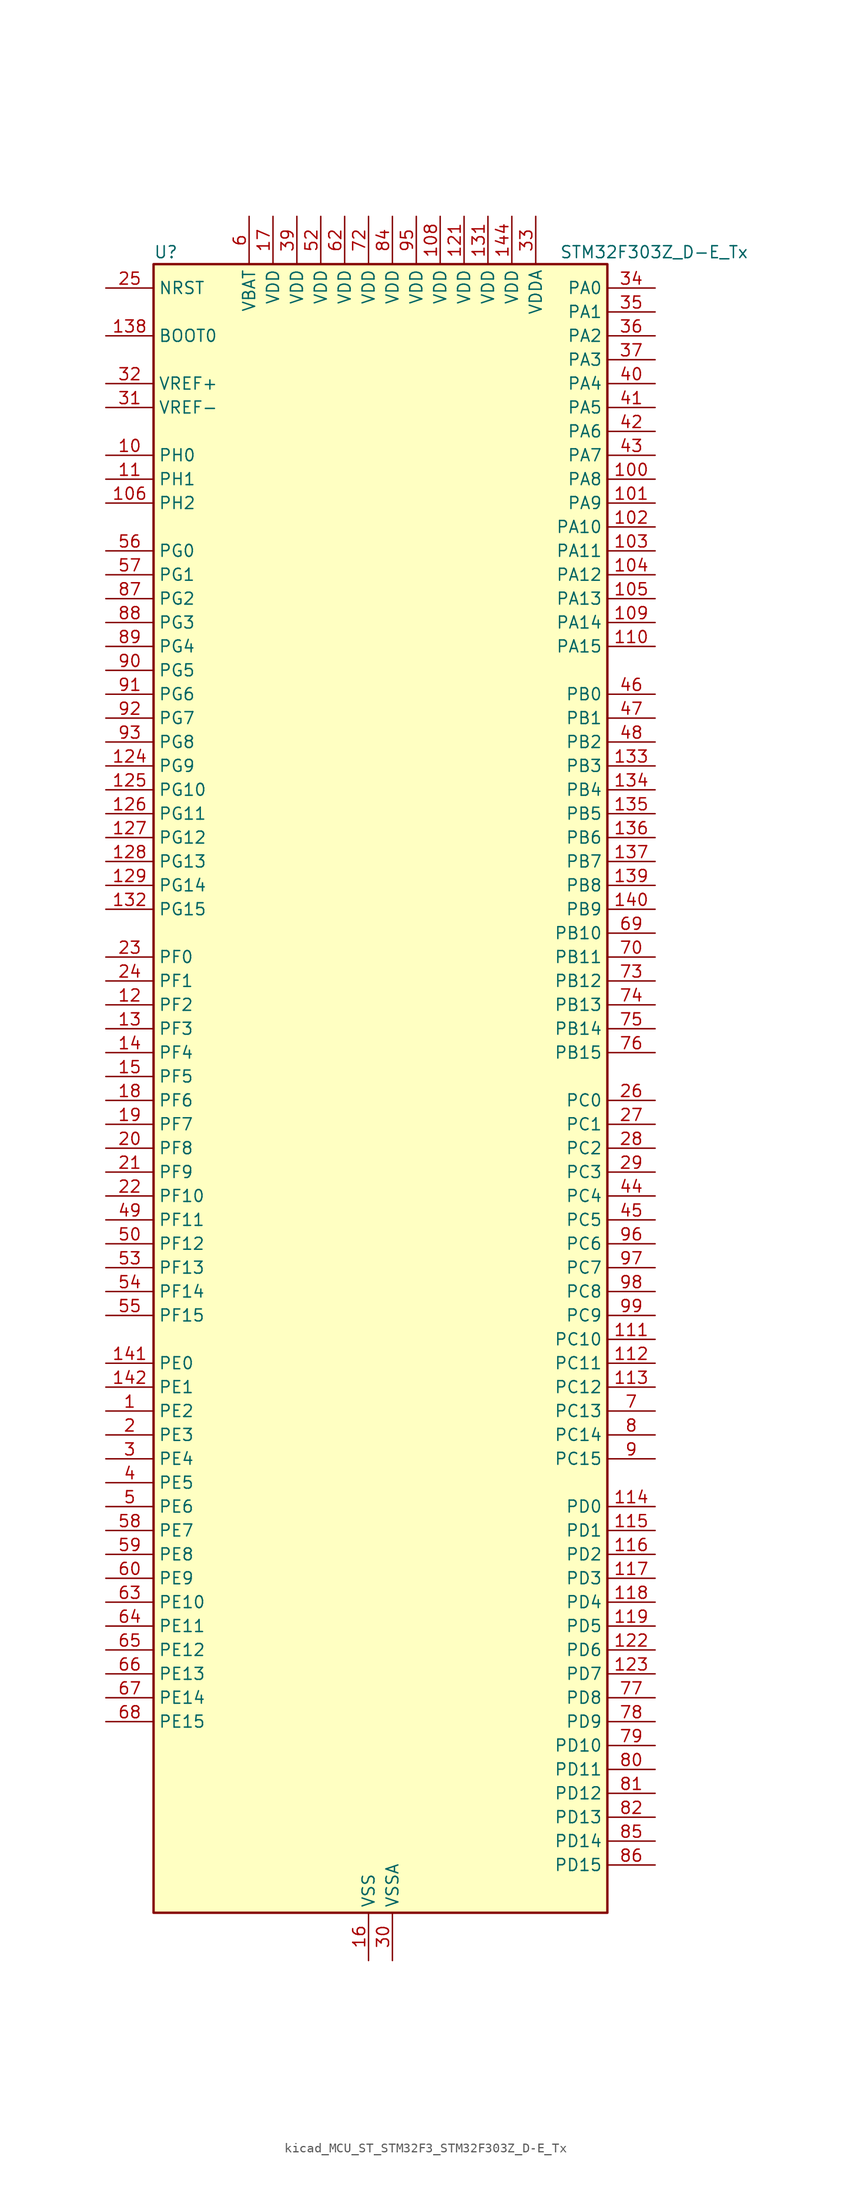
<source format=kicad_sym>
(kicad_symbol_lib
  (version 20220914)
  (generator kicad_symbol_editor)
  (symbol "kicad_MCU_ST_STM32F3_STM32F303Z_D-E_Tx"
    (property "Reference" "U"
      (at -22.86 90.17 0)
      (effects (font (size 1.27 1.27)) (justify left)))
    (property "Value" "STM32F303Z_D-E_Tx"
      (at 20.32 90.17 0)
      (effects (font (size 1.27 1.27)) (justify left)))
    (property "ki_locked" ""
      (at 0 0 0)
      (effects (font (size 1.27 1.27))))
    (symbol "kicad_MCU_ST_STM32F3_STM32F303Z_D-E_Tx_0_1"
      (rectangle (start -22.86 -86.36) (end 25.4 88.9) (stroke (width 0.254) (type default)) (fill (type background))))
    (symbol "kicad_MCU_ST_STM32F3_STM32F303Z_D-E_Tx_1_1"
      (pin bidirectional line (at -27.94 -33.02 0) (length 5.08) (name "PE2" (effects (font (size 1.27 1.27)))) (number "1" (effects (font (size 1.27 1.27)))) (alternate "ADC3_EXTI2" bidirectional line) (alternate "ADC4_EXTI2" bidirectional line) (alternate "FMC_A23" bidirectional line) (alternate "SPI4_SCK" bidirectional line) (alternate "SYS_TRACECK" bidirectional line) (alternate "TIM20_CH1" bidirectional line) (alternate "TIM3_CH1" bidirectional line) (alternate "TSC_G7_IO1" bidirectional line))
      (pin bidirectional line (at -27.94 68.58 0) (length 5.08) (name "PH0" (effects (font (size 1.27 1.27)))) (number "10" (effects (font (size 1.27 1.27)))) (alternate "FMC_A0" bidirectional line) (alternate "TIM20_CH1" bidirectional line))
      (pin bidirectional line (at 30.48 66.04 180) (length 5.08) (name "PA8" (effects (font (size 1.27 1.27)))) (number "100" (effects (font (size 1.27 1.27)))) (alternate "COMP3_OUT" bidirectional line) (alternate "I2C2_SMBA" bidirectional line) (alternate "I2C3_SCL" bidirectional line) (alternate "I2S2_MCK" bidirectional line) (alternate "RCC_MCO" bidirectional line) (alternate "TIM1_CH1" bidirectional line) (alternate "TIM4_ETR" bidirectional line) (alternate "USART1_CK" bidirectional line))
      (pin bidirectional line (at 30.48 63.5 180) (length 5.08) (name "PA9" (effects (font (size 1.27 1.27)))) (number "101" (effects (font (size 1.27 1.27)))) (alternate "COMP5_OUT" bidirectional line) (alternate "DAC1_EXTI9" bidirectional line) (alternate "I2C2_SCL" bidirectional line) (alternate "I2C3_SMBA" bidirectional line) (alternate "I2S3_MCK" bidirectional line) (alternate "TIM15_BKIN" bidirectional line) (alternate "TIM1_CH2" bidirectional line) (alternate "TIM2_CH3" bidirectional line) (alternate "TSC_G4_IO1" bidirectional line) (alternate "USART1_TX" bidirectional line))
      (pin bidirectional line (at 30.48 60.96 180) (length 5.08) (name "PA10" (effects (font (size 1.27 1.27)))) (number "102" (effects (font (size 1.27 1.27)))) (alternate "COMP6_OUT" bidirectional line) (alternate "I2C2_SDA" bidirectional line) (alternate "I2S2_ext_SD" bidirectional line) (alternate "SPI2_MISO" bidirectional line) (alternate "TIM17_BKIN" bidirectional line) (alternate "TIM1_CH3" bidirectional line) (alternate "TIM2_CH4" bidirectional line) (alternate "TIM8_BKIN" bidirectional line) (alternate "TSC_G4_IO2" bidirectional line) (alternate "USART1_RX" bidirectional line))
      (pin bidirectional line (at 30.48 58.42 180) (length 5.08) (name "PA11" (effects (font (size 1.27 1.27)))) (number "103" (effects (font (size 1.27 1.27)))) (alternate "ADC1_EXTI11" bidirectional line) (alternate "ADC2_EXTI11" bidirectional line) (alternate "CAN_RX" bidirectional line) (alternate "COMP1_OUT" bidirectional line) (alternate "I2S2_SD" bidirectional line) (alternate "SPI2_MOSI" bidirectional line) (alternate "TIM1_BKIN2" bidirectional line) (alternate "TIM1_CH1N" bidirectional line) (alternate "TIM1_CH4" bidirectional line) (alternate "TIM4_CH1" bidirectional line) (alternate "USART1_CTS" bidirectional line) (alternate "USB_DM" bidirectional line))
      (pin bidirectional line (at 30.48 55.88 180) (length 5.08) (name "PA12" (effects (font (size 1.27 1.27)))) (number "104" (effects (font (size 1.27 1.27)))) (alternate "CAN_TX" bidirectional line) (alternate "COMP2_OUT" bidirectional line) (alternate "I2S_CKIN" bidirectional line) (alternate "TIM16_CH1" bidirectional line) (alternate "TIM1_CH2N" bidirectional line) (alternate "TIM1_ETR" bidirectional line) (alternate "TIM4_CH2" bidirectional line) (alternate "USART1_DE" bidirectional line) (alternate "USART1_RTS" bidirectional line) (alternate "USB_DP" bidirectional line))
      (pin bidirectional line (at 30.48 53.34 180) (length 5.08) (name "PA13" (effects (font (size 1.27 1.27)))) (number "105" (effects (font (size 1.27 1.27)))) (alternate "IR_OUT" bidirectional line) (alternate "SYS_JTMS-SWDIO" bidirectional line) (alternate "TIM16_CH1N" bidirectional line) (alternate "TIM4_CH3" bidirectional line) (alternate "TSC_G4_IO3" bidirectional line) (alternate "USART3_CTS" bidirectional line))
      (pin bidirectional line (at -27.94 63.5 0) (length 5.08) (name "PH2" (effects (font (size 1.27 1.27)))) (number "106" (effects (font (size 1.27 1.27)))) (alternate "ADC3_EXTI2" bidirectional line) (alternate "ADC4_EXTI2" bidirectional line))
      (pin passive line (at 0 -91.44 90) (length 5.08) hide (name "VSS" (effects (font (size 1.27 1.27)))) (number "107" (effects (font (size 1.27 1.27)))))
      (pin power_in line (at 7.62 93.98 270) (length 5.08) (name "VDD" (effects (font (size 1.27 1.27)))) (number "108" (effects (font (size 1.27 1.27)))))
      (pin bidirectional line (at 30.48 50.8 180) (length 5.08) (name "PA14" (effects (font (size 1.27 1.27)))) (number "109" (effects (font (size 1.27 1.27)))) (alternate "I2C1_SDA" bidirectional line) (alternate "SYS_JTCK-SWCLK" bidirectional line) (alternate "TIM1_BKIN" bidirectional line) (alternate "TIM8_CH2" bidirectional line) (alternate "TSC_G4_IO4" bidirectional line) (alternate "USART2_TX" bidirectional line))
      (pin bidirectional line (at -27.94 66.04 0) (length 5.08) (name "PH1" (effects (font (size 1.27 1.27)))) (number "11" (effects (font (size 1.27 1.27)))) (alternate "FMC_A1" bidirectional line) (alternate "TIM20_CH2" bidirectional line))
      (pin bidirectional line (at 30.48 48.26 180) (length 5.08) (name "PA15" (effects (font (size 1.27 1.27)))) (number "110" (effects (font (size 1.27 1.27)))) (alternate "ADC1_EXTI15" bidirectional line) (alternate "ADC2_EXTI15" bidirectional line) (alternate "ADC3_EXTI15" bidirectional line) (alternate "ADC4_EXTI15" bidirectional line) (alternate "I2C1_SCL" bidirectional line) (alternate "I2S3_WS" bidirectional line) (alternate "SPI1_NSS" bidirectional line) (alternate "SPI3_NSS" bidirectional line) (alternate "SYS_JTDI" bidirectional line) (alternate "TIM1_BKIN" bidirectional line) (alternate "TIM2_CH1" bidirectional line) (alternate "TIM2_ETR" bidirectional line) (alternate "TIM8_CH1" bidirectional line) (alternate "TSC_SYNC" bidirectional line) (alternate "USART2_RX" bidirectional line))
      (pin bidirectional line (at 30.48 -25.4 180) (length 5.08) (name "PC10" (effects (font (size 1.27 1.27)))) (number "111" (effects (font (size 1.27 1.27)))) (alternate "I2S3_CK" bidirectional line) (alternate "SPI3_SCK" bidirectional line) (alternate "TIM8_CH1N" bidirectional line) (alternate "UART4_TX" bidirectional line) (alternate "USART3_TX" bidirectional line))
      (pin bidirectional line (at 30.48 -27.94 180) (length 5.08) (name "PC11" (effects (font (size 1.27 1.27)))) (number "112" (effects (font (size 1.27 1.27)))) (alternate "ADC1_EXTI11" bidirectional line) (alternate "ADC2_EXTI11" bidirectional line) (alternate "I2S3_ext_SD" bidirectional line) (alternate "SPI3_MISO" bidirectional line) (alternate "TIM8_CH2N" bidirectional line) (alternate "UART4_RX" bidirectional line) (alternate "USART3_RX" bidirectional line))
      (pin bidirectional line (at 30.48 -30.48 180) (length 5.08) (name "PC12" (effects (font (size 1.27 1.27)))) (number "113" (effects (font (size 1.27 1.27)))) (alternate "I2S3_SD" bidirectional line) (alternate "SPI3_MOSI" bidirectional line) (alternate "TIM8_CH3N" bidirectional line) (alternate "UART5_TX" bidirectional line) (alternate "USART3_CK" bidirectional line))
      (pin bidirectional line (at 30.48 -43.18 180) (length 5.08) (name "PD0" (effects (font (size 1.27 1.27)))) (number "114" (effects (font (size 1.27 1.27)))) (alternate "CAN_RX" bidirectional line) (alternate "FMC_D2" bidirectional line) (alternate "FMC_DA2" bidirectional line))
      (pin bidirectional line (at 30.48 -45.72 180) (length 5.08) (name "PD1" (effects (font (size 1.27 1.27)))) (number "115" (effects (font (size 1.27 1.27)))) (alternate "CAN_TX" bidirectional line) (alternate "FMC_D3" bidirectional line) (alternate "FMC_DA3" bidirectional line) (alternate "TIM8_BKIN2" bidirectional line) (alternate "TIM8_CH4" bidirectional line))
      (pin bidirectional line (at 30.48 -48.26 180) (length 5.08) (name "PD2" (effects (font (size 1.27 1.27)))) (number "116" (effects (font (size 1.27 1.27)))) (alternate "ADC3_EXTI2" bidirectional line) (alternate "ADC4_EXTI2" bidirectional line) (alternate "TIM3_ETR" bidirectional line) (alternate "TIM8_BKIN" bidirectional line) (alternate "UART5_RX" bidirectional line))
      (pin bidirectional line (at 30.48 -50.8 180) (length 5.08) (name "PD3" (effects (font (size 1.27 1.27)))) (number "117" (effects (font (size 1.27 1.27)))) (alternate "FMC_CLK" bidirectional line) (alternate "TIM2_CH1" bidirectional line) (alternate "TIM2_ETR" bidirectional line) (alternate "USART2_CTS" bidirectional line))
      (pin bidirectional line (at 30.48 -53.34 180) (length 5.08) (name "PD4" (effects (font (size 1.27 1.27)))) (number "118" (effects (font (size 1.27 1.27)))) (alternate "FMC_NOE" bidirectional line) (alternate "TIM2_CH2" bidirectional line) (alternate "USART2_DE" bidirectional line) (alternate "USART2_RTS" bidirectional line))
      (pin bidirectional line (at 30.48 -55.88 180) (length 5.08) (name "PD5" (effects (font (size 1.27 1.27)))) (number "119" (effects (font (size 1.27 1.27)))) (alternate "FMC_NWE" bidirectional line) (alternate "USART2_TX" bidirectional line))
      (pin bidirectional line (at -27.94 10.16 0) (length 5.08) (name "PF2" (effects (font (size 1.27 1.27)))) (number "12" (effects (font (size 1.27 1.27)))) (alternate "ADC1_IN10" bidirectional line) (alternate "ADC2_IN10" bidirectional line) (alternate "ADC3_EXTI2" bidirectional line) (alternate "ADC4_EXTI2" bidirectional line) (alternate "FMC_A2" bidirectional line) (alternate "TIM20_CH3" bidirectional line))
      (pin passive line (at 0 -91.44 90) (length 5.08) hide (name "VSS" (effects (font (size 1.27 1.27)))) (number "120" (effects (font (size 1.27 1.27)))))
      (pin power_in line (at 10.16 93.98 270) (length 5.08) (name "VDD" (effects (font (size 1.27 1.27)))) (number "121" (effects (font (size 1.27 1.27)))))
      (pin bidirectional line (at 30.48 -58.42 180) (length 5.08) (name "PD6" (effects (font (size 1.27 1.27)))) (number "122" (effects (font (size 1.27 1.27)))) (alternate "FMC_NWAIT" bidirectional line) (alternate "TIM2_CH4" bidirectional line) (alternate "USART2_RX" bidirectional line))
      (pin bidirectional line (at 30.48 -60.96 180) (length 5.08) (name "PD7" (effects (font (size 1.27 1.27)))) (number "123" (effects (font (size 1.27 1.27)))) (alternate "FMC_NCE2" bidirectional line) (alternate "FMC_NE1" bidirectional line) (alternate "TIM2_CH3" bidirectional line) (alternate "USART2_CK" bidirectional line))
      (pin bidirectional line (at -27.94 35.56 0) (length 5.08) (name "PG9" (effects (font (size 1.27 1.27)))) (number "124" (effects (font (size 1.27 1.27)))) (alternate "DAC1_EXTI9" bidirectional line) (alternate "FMC_NCE3" bidirectional line) (alternate "FMC_NE2" bidirectional line))
      (pin bidirectional line (at -27.94 33.02 0) (length 5.08) (name "PG10" (effects (font (size 1.27 1.27)))) (number "125" (effects (font (size 1.27 1.27)))) (alternate "FMC_NCE4_1" bidirectional line) (alternate "FMC_NE3" bidirectional line))
      (pin bidirectional line (at -27.94 30.48 0) (length 5.08) (name "PG11" (effects (font (size 1.27 1.27)))) (number "126" (effects (font (size 1.27 1.27)))) (alternate "ADC1_EXTI11" bidirectional line) (alternate "ADC2_EXTI11" bidirectional line) (alternate "FMC_NCE4_2" bidirectional line))
      (pin bidirectional line (at -27.94 27.94 0) (length 5.08) (name "PG12" (effects (font (size 1.27 1.27)))) (number "127" (effects (font (size 1.27 1.27)))) (alternate "FMC_NE4" bidirectional line))
      (pin bidirectional line (at -27.94 25.4 0) (length 5.08) (name "PG13" (effects (font (size 1.27 1.27)))) (number "128" (effects (font (size 1.27 1.27)))) (alternate "FMC_A24" bidirectional line))
      (pin bidirectional line (at -27.94 22.86 0) (length 5.08) (name "PG14" (effects (font (size 1.27 1.27)))) (number "129" (effects (font (size 1.27 1.27)))) (alternate "FMC_A25" bidirectional line))
      (pin bidirectional line (at -27.94 7.62 0) (length 5.08) (name "PF3" (effects (font (size 1.27 1.27)))) (number "13" (effects (font (size 1.27 1.27)))) (alternate "FMC_A3" bidirectional line) (alternate "TIM20_CH4" bidirectional line))
      (pin passive line (at 0 -91.44 90) (length 5.08) hide (name "VSS" (effects (font (size 1.27 1.27)))) (number "130" (effects (font (size 1.27 1.27)))))
      (pin power_in line (at 12.7 93.98 270) (length 5.08) (name "VDD" (effects (font (size 1.27 1.27)))) (number "131" (effects (font (size 1.27 1.27)))))
      (pin bidirectional line (at -27.94 20.32 0) (length 5.08) (name "PG15" (effects (font (size 1.27 1.27)))) (number "132" (effects (font (size 1.27 1.27)))) (alternate "ADC1_EXTI15" bidirectional line) (alternate "ADC2_EXTI15" bidirectional line) (alternate "ADC3_EXTI15" bidirectional line) (alternate "ADC4_EXTI15" bidirectional line))
      (pin bidirectional line (at 30.48 35.56 180) (length 5.08) (name "PB3" (effects (font (size 1.27 1.27)))) (number "133" (effects (font (size 1.27 1.27)))) (alternate "I2S3_CK" bidirectional line) (alternate "SPI1_SCK" bidirectional line) (alternate "SPI3_SCK" bidirectional line) (alternate "SYS_JTDO-TRACESWO" bidirectional line) (alternate "TIM2_CH2" bidirectional line) (alternate "TIM3_ETR" bidirectional line) (alternate "TIM4_ETR" bidirectional line) (alternate "TIM8_CH1N" bidirectional line) (alternate "TSC_G5_IO1" bidirectional line) (alternate "USART2_TX" bidirectional line))
      (pin bidirectional line (at 30.48 33.02 180) (length 5.08) (name "PB4" (effects (font (size 1.27 1.27)))) (number "134" (effects (font (size 1.27 1.27)))) (alternate "I2S3_ext_SD" bidirectional line) (alternate "SPI1_MISO" bidirectional line) (alternate "SPI3_MISO" bidirectional line) (alternate "SYS_NJTRST" bidirectional line) (alternate "TIM16_CH1" bidirectional line) (alternate "TIM17_BKIN" bidirectional line) (alternate "TIM3_CH1" bidirectional line) (alternate "TIM8_CH2N" bidirectional line) (alternate "TSC_G5_IO2" bidirectional line) (alternate "USART2_RX" bidirectional line))
      (pin bidirectional line (at 30.48 30.48 180) (length 5.08) (name "PB5" (effects (font (size 1.27 1.27)))) (number "135" (effects (font (size 1.27 1.27)))) (alternate "I2C1_SMBA" bidirectional line) (alternate "I2C3_SDA" bidirectional line) (alternate "I2S3_SD" bidirectional line) (alternate "SPI1_MOSI" bidirectional line) (alternate "SPI3_MOSI" bidirectional line) (alternate "TIM16_BKIN" bidirectional line) (alternate "TIM17_CH1" bidirectional line) (alternate "TIM3_CH2" bidirectional line) (alternate "TIM8_CH3N" bidirectional line) (alternate "USART2_CK" bidirectional line))
      (pin bidirectional line (at 30.48 27.94 180) (length 5.08) (name "PB6" (effects (font (size 1.27 1.27)))) (number "136" (effects (font (size 1.27 1.27)))) (alternate "I2C1_SCL" bidirectional line) (alternate "TIM16_CH1N" bidirectional line) (alternate "TIM4_CH1" bidirectional line) (alternate "TIM8_BKIN2" bidirectional line) (alternate "TIM8_CH1" bidirectional line) (alternate "TIM8_ETR" bidirectional line) (alternate "TSC_G5_IO3" bidirectional line) (alternate "USART1_TX" bidirectional line))
      (pin bidirectional line (at 30.48 25.4 180) (length 5.08) (name "PB7" (effects (font (size 1.27 1.27)))) (number "137" (effects (font (size 1.27 1.27)))) (alternate "FMC_NL" bidirectional line) (alternate "I2C1_SDA" bidirectional line) (alternate "TIM17_CH1N" bidirectional line) (alternate "TIM3_CH4" bidirectional line) (alternate "TIM4_CH2" bidirectional line) (alternate "TIM8_BKIN" bidirectional line) (alternate "TSC_G5_IO4" bidirectional line) (alternate "USART1_RX" bidirectional line))
      (pin input line (at -27.94 81.28 0) (length 5.08) (name "BOOT0" (effects (font (size 1.27 1.27)))) (number "138" (effects (font (size 1.27 1.27)))))
      (pin bidirectional line (at 30.48 22.86 180) (length 5.08) (name "PB8" (effects (font (size 1.27 1.27)))) (number "139" (effects (font (size 1.27 1.27)))) (alternate "CAN_RX" bidirectional line) (alternate "COMP1_OUT" bidirectional line) (alternate "I2C1_SCL" bidirectional line) (alternate "TIM16_CH1" bidirectional line) (alternate "TIM1_BKIN" bidirectional line) (alternate "TIM4_CH3" bidirectional line) (alternate "TIM8_CH2" bidirectional line) (alternate "TSC_SYNC" bidirectional line) (alternate "USART3_RX" bidirectional line))
      (pin bidirectional line (at -27.94 5.08 0) (length 5.08) (name "PF4" (effects (font (size 1.27 1.27)))) (number "14" (effects (font (size 1.27 1.27)))) (alternate "ADC1_IN5" bidirectional line) (alternate "COMP1_OUT" bidirectional line) (alternate "FMC_A4" bidirectional line) (alternate "TIM20_CH1N" bidirectional line))
      (pin bidirectional line (at 30.48 20.32 180) (length 5.08) (name "PB9" (effects (font (size 1.27 1.27)))) (number "140" (effects (font (size 1.27 1.27)))) (alternate "CAN_TX" bidirectional line) (alternate "COMP2_OUT" bidirectional line) (alternate "DAC1_EXTI9" bidirectional line) (alternate "I2C1_SDA" bidirectional line) (alternate "IR_OUT" bidirectional line) (alternate "TIM17_CH1" bidirectional line) (alternate "TIM4_CH4" bidirectional line) (alternate "TIM8_CH3" bidirectional line) (alternate "USART3_TX" bidirectional line))
      (pin bidirectional line (at -27.94 -27.94 0) (length 5.08) (name "PE0" (effects (font (size 1.27 1.27)))) (number "141" (effects (font (size 1.27 1.27)))) (alternate "FMC_NBL0" bidirectional line) (alternate "TIM16_CH1" bidirectional line) (alternate "TIM20_ETR" bidirectional line) (alternate "TIM4_ETR" bidirectional line) (alternate "USART1_TX" bidirectional line))
      (pin bidirectional line (at -27.94 -30.48 0) (length 5.08) (name "PE1" (effects (font (size 1.27 1.27)))) (number "142" (effects (font (size 1.27 1.27)))) (alternate "FMC_NBL1" bidirectional line) (alternate "TIM17_CH1" bidirectional line) (alternate "TIM20_CH4" bidirectional line) (alternate "USART1_RX" bidirectional line))
      (pin passive line (at 0 -91.44 90) (length 5.08) hide (name "VSS" (effects (font (size 1.27 1.27)))) (number "143" (effects (font (size 1.27 1.27)))))
      (pin power_in line (at 15.24 93.98 270) (length 5.08) (name "VDD" (effects (font (size 1.27 1.27)))) (number "144" (effects (font (size 1.27 1.27)))))
      (pin bidirectional line (at -27.94 2.54 0) (length 5.08) (name "PF5" (effects (font (size 1.27 1.27)))) (number "15" (effects (font (size 1.27 1.27)))) (alternate "FMC_A5" bidirectional line) (alternate "TIM20_CH2N" bidirectional line))
      (pin power_in line (at 0 -91.44 90) (length 5.08) (name "VSS" (effects (font (size 1.27 1.27)))) (number "16" (effects (font (size 1.27 1.27)))))
      (pin power_in line (at -10.16 93.98 270) (length 5.08) (name "VDD" (effects (font (size 1.27 1.27)))) (number "17" (effects (font (size 1.27 1.27)))))
      (pin bidirectional line (at -27.94 0 0) (length 5.08) (name "PF6" (effects (font (size 1.27 1.27)))) (number "18" (effects (font (size 1.27 1.27)))) (alternate "FMC_NIORD" bidirectional line) (alternate "I2C2_SCL" bidirectional line) (alternate "TIM4_CH4" bidirectional line) (alternate "USART3_DE" bidirectional line) (alternate "USART3_RTS" bidirectional line))
      (pin bidirectional line (at -27.94 -2.54 0) (length 5.08) (name "PF7" (effects (font (size 1.27 1.27)))) (number "19" (effects (font (size 1.27 1.27)))) (alternate "FMC_NREG" bidirectional line) (alternate "TIM20_BKIN" bidirectional line))
      (pin bidirectional line (at -27.94 -35.56 0) (length 5.08) (name "PE3" (effects (font (size 1.27 1.27)))) (number "2" (effects (font (size 1.27 1.27)))) (alternate "FMC_A19" bidirectional line) (alternate "SPI4_NSS" bidirectional line) (alternate "SYS_TRACED0" bidirectional line) (alternate "TIM20_CH2" bidirectional line) (alternate "TIM3_CH2" bidirectional line) (alternate "TSC_G7_IO2" bidirectional line))
      (pin bidirectional line (at -27.94 -5.08 0) (length 5.08) (name "PF8" (effects (font (size 1.27 1.27)))) (number "20" (effects (font (size 1.27 1.27)))) (alternate "FMC_NIOWR" bidirectional line) (alternate "TIM20_BKIN2" bidirectional line))
      (pin bidirectional line (at -27.94 -7.62 0) (length 5.08) (name "PF9" (effects (font (size 1.27 1.27)))) (number "21" (effects (font (size 1.27 1.27)))) (alternate "DAC1_EXTI9" bidirectional line) (alternate "FMC_CD" bidirectional line) (alternate "SPI2_SCK" bidirectional line) (alternate "TIM15_CH1" bidirectional line) (alternate "TIM20_BKIN" bidirectional line))
      (pin bidirectional line (at -27.94 -10.16 0) (length 5.08) (name "PF10" (effects (font (size 1.27 1.27)))) (number "22" (effects (font (size 1.27 1.27)))) (alternate "FMC_INTR" bidirectional line) (alternate "SPI2_SCK" bidirectional line) (alternate "TIM15_CH2" bidirectional line) (alternate "TIM20_BKIN2" bidirectional line))
      (pin bidirectional line (at -27.94 15.24 0) (length 5.08) (name "PF0" (effects (font (size 1.27 1.27)))) (number "23" (effects (font (size 1.27 1.27)))) (alternate "I2C2_SDA" bidirectional line) (alternate "I2S2_WS" bidirectional line) (alternate "RCC_OSC_IN" bidirectional line) (alternate "SPI2_NSS" bidirectional line) (alternate "TIM1_CH3N" bidirectional line))
      (pin bidirectional line (at -27.94 12.7 0) (length 5.08) (name "PF1" (effects (font (size 1.27 1.27)))) (number "24" (effects (font (size 1.27 1.27)))) (alternate "I2C2_SCL" bidirectional line) (alternate "I2S2_CK" bidirectional line) (alternate "RCC_OSC_OUT" bidirectional line) (alternate "SPI2_SCK" bidirectional line))
      (pin input line (at -27.94 86.36 0) (length 5.08) (name "NRST" (effects (font (size 1.27 1.27)))) (number "25" (effects (font (size 1.27 1.27)))))
      (pin bidirectional line (at 30.48 0 180) (length 5.08) (name "PC0" (effects (font (size 1.27 1.27)))) (number "26" (effects (font (size 1.27 1.27)))) (alternate "ADC1_IN6" bidirectional line) (alternate "ADC2_IN6" bidirectional line) (alternate "COMP7_INM" bidirectional line) (alternate "TIM1_CH1" bidirectional line))
      (pin bidirectional line (at 30.48 -2.54 180) (length 5.08) (name "PC1" (effects (font (size 1.27 1.27)))) (number "27" (effects (font (size 1.27 1.27)))) (alternate "ADC1_IN7" bidirectional line) (alternate "ADC2_IN7" bidirectional line) (alternate "COMP7_INP" bidirectional line) (alternate "TIM1_CH2" bidirectional line))
      (pin bidirectional line (at 30.48 -5.08 180) (length 5.08) (name "PC2" (effects (font (size 1.27 1.27)))) (number "28" (effects (font (size 1.27 1.27)))) (alternate "ADC1_IN8" bidirectional line) (alternate "ADC2_IN8" bidirectional line) (alternate "ADC3_EXTI2" bidirectional line) (alternate "ADC4_EXTI2" bidirectional line) (alternate "COMP7_OUT" bidirectional line) (alternate "TIM1_CH3" bidirectional line))
      (pin bidirectional line (at 30.48 -7.62 180) (length 5.08) (name "PC3" (effects (font (size 1.27 1.27)))) (number "29" (effects (font (size 1.27 1.27)))) (alternate "ADC1_IN9" bidirectional line) (alternate "ADC2_IN9" bidirectional line) (alternate "TIM1_BKIN2" bidirectional line) (alternate "TIM1_CH4" bidirectional line))
      (pin bidirectional line (at -27.94 -38.1 0) (length 5.08) (name "PE4" (effects (font (size 1.27 1.27)))) (number "3" (effects (font (size 1.27 1.27)))) (alternate "FMC_A20" bidirectional line) (alternate "SPI4_NSS" bidirectional line) (alternate "SYS_TRACED1" bidirectional line) (alternate "TIM20_CH1N" bidirectional line) (alternate "TIM3_CH3" bidirectional line) (alternate "TSC_G7_IO3" bidirectional line))
      (pin power_in line (at 2.54 -91.44 90) (length 5.08) (name "VSSA" (effects (font (size 1.27 1.27)))) (number "30" (effects (font (size 1.27 1.27)))))
      (pin input line (at -27.94 73.66 0) (length 5.08) (name "VREF-" (effects (font (size 1.27 1.27)))) (number "31" (effects (font (size 1.27 1.27)))))
      (pin input line (at -27.94 76.2 0) (length 5.08) (name "VREF+" (effects (font (size 1.27 1.27)))) (number "32" (effects (font (size 1.27 1.27)))))
      (pin power_in line (at 17.78 93.98 270) (length 5.08) (name "VDDA" (effects (font (size 1.27 1.27)))) (number "33" (effects (font (size 1.27 1.27)))))
      (pin bidirectional line (at 30.48 86.36 180) (length 5.08) (name "PA0" (effects (font (size 1.27 1.27)))) (number "34" (effects (font (size 1.27 1.27)))) (alternate "ADC1_IN1" bidirectional line) (alternate "COMP1_INM" bidirectional line) (alternate "COMP1_OUT" bidirectional line) (alternate "RTC_TAMP2" bidirectional line) (alternate "SYS_WKUP1" bidirectional line) (alternate "TIM2_CH1" bidirectional line) (alternate "TIM2_ETR" bidirectional line) (alternate "TIM8_BKIN" bidirectional line) (alternate "TIM8_ETR" bidirectional line) (alternate "TSC_G1_IO1" bidirectional line) (alternate "USART2_CTS" bidirectional line))
      (pin bidirectional line (at 30.48 83.82 180) (length 5.08) (name "PA1" (effects (font (size 1.27 1.27)))) (number "35" (effects (font (size 1.27 1.27)))) (alternate "ADC1_IN2" bidirectional line) (alternate "COMP1_INP" bidirectional line) (alternate "OPAMP1_VINP" bidirectional line) (alternate "OPAMP1_VINP_SEC" bidirectional line) (alternate "OPAMP3_VINP" bidirectional line) (alternate "OPAMP3_VINP_SEC" bidirectional line) (alternate "RTC_REFIN" bidirectional line) (alternate "TIM15_CH1N" bidirectional line) (alternate "TIM2_CH2" bidirectional line) (alternate "TSC_G1_IO2" bidirectional line) (alternate "USART2_DE" bidirectional line) (alternate "USART2_RTS" bidirectional line))
      (pin bidirectional line (at 30.48 81.28 180) (length 5.08) (name "PA2" (effects (font (size 1.27 1.27)))) (number "36" (effects (font (size 1.27 1.27)))) (alternate "ADC1_IN3" bidirectional line) (alternate "ADC3_EXTI2" bidirectional line) (alternate "ADC4_EXTI2" bidirectional line) (alternate "COMP2_INM" bidirectional line) (alternate "COMP2_OUT" bidirectional line) (alternate "OPAMP1_VOUT" bidirectional line) (alternate "TIM15_CH1" bidirectional line) (alternate "TIM2_CH3" bidirectional line) (alternate "TSC_G1_IO3" bidirectional line) (alternate "USART2_TX" bidirectional line))
      (pin bidirectional line (at 30.48 78.74 180) (length 5.08) (name "PA3" (effects (font (size 1.27 1.27)))) (number "37" (effects (font (size 1.27 1.27)))) (alternate "ADC1_IN4" bidirectional line) (alternate "OPAMP1_VINM" bidirectional line) (alternate "OPAMP1_VINM_SEC" bidirectional line) (alternate "OPAMP1_VINP" bidirectional line) (alternate "OPAMP1_VINP_SEC" bidirectional line) (alternate "TIM15_CH2" bidirectional line) (alternate "TIM2_CH4" bidirectional line) (alternate "TSC_G1_IO4" bidirectional line) (alternate "USART2_RX" bidirectional line))
      (pin passive line (at 0 -91.44 90) (length 5.08) hide (name "VSS" (effects (font (size 1.27 1.27)))) (number "38" (effects (font (size 1.27 1.27)))))
      (pin power_in line (at -7.62 93.98 270) (length 5.08) (name "VDD" (effects (font (size 1.27 1.27)))) (number "39" (effects (font (size 1.27 1.27)))))
      (pin bidirectional line (at -27.94 -40.64 0) (length 5.08) (name "PE5" (effects (font (size 1.27 1.27)))) (number "4" (effects (font (size 1.27 1.27)))) (alternate "FMC_A21" bidirectional line) (alternate "SPI4_MISO" bidirectional line) (alternate "SYS_TRACED2" bidirectional line) (alternate "TIM20_CH2N" bidirectional line) (alternate "TIM3_CH4" bidirectional line) (alternate "TSC_G7_IO4" bidirectional line))
      (pin bidirectional line (at 30.48 76.2 180) (length 5.08) (name "PA4" (effects (font (size 1.27 1.27)))) (number "40" (effects (font (size 1.27 1.27)))) (alternate "ADC2_IN1" bidirectional line) (alternate "COMP1_INM" bidirectional line) (alternate "COMP2_INM" bidirectional line) (alternate "COMP3_INM" bidirectional line) (alternate "COMP4_INM" bidirectional line) (alternate "COMP5_INM" bidirectional line) (alternate "COMP6_INM" bidirectional line) (alternate "COMP7_INM" bidirectional line) (alternate "DAC1_OUT1" bidirectional line) (alternate "I2S3_WS" bidirectional line) (alternate "OPAMP4_VINP" bidirectional line) (alternate "OPAMP4_VINP_SEC" bidirectional line) (alternate "SPI1_NSS" bidirectional line) (alternate "SPI3_NSS" bidirectional line) (alternate "TIM3_CH2" bidirectional line) (alternate "TSC_G2_IO1" bidirectional line) (alternate "USART2_CK" bidirectional line))
      (pin bidirectional line (at 30.48 73.66 180) (length 5.08) (name "PA5" (effects (font (size 1.27 1.27)))) (number "41" (effects (font (size 1.27 1.27)))) (alternate "ADC2_IN2" bidirectional line) (alternate "COMP1_INM" bidirectional line) (alternate "COMP2_INM" bidirectional line) (alternate "COMP3_INM" bidirectional line) (alternate "COMP4_INM" bidirectional line) (alternate "COMP5_INM" bidirectional line) (alternate "COMP6_INM" bidirectional line) (alternate "COMP7_INM" bidirectional line) (alternate "DAC1_OUT2" bidirectional line) (alternate "OPAMP1_VINP" bidirectional line) (alternate "OPAMP1_VINP_SEC" bidirectional line) (alternate "OPAMP2_VINM" bidirectional line) (alternate "OPAMP2_VINM_SEC" bidirectional line) (alternate "OPAMP3_VINP" bidirectional line) (alternate "OPAMP3_VINP_SEC" bidirectional line) (alternate "SPI1_SCK" bidirectional line) (alternate "TIM2_CH1" bidirectional line) (alternate "TIM2_ETR" bidirectional line) (alternate "TSC_G2_IO2" bidirectional line))
      (pin bidirectional line (at 30.48 71.12 180) (length 5.08) (name "PA6" (effects (font (size 1.27 1.27)))) (number "42" (effects (font (size 1.27 1.27)))) (alternate "ADC2_IN3" bidirectional line) (alternate "COMP1_OUT" bidirectional line) (alternate "OPAMP2_VOUT" bidirectional line) (alternate "SPI1_MISO" bidirectional line) (alternate "TIM16_CH1" bidirectional line) (alternate "TIM1_BKIN" bidirectional line) (alternate "TIM3_CH1" bidirectional line) (alternate "TIM8_BKIN" bidirectional line) (alternate "TSC_G2_IO3" bidirectional line))
      (pin bidirectional line (at 30.48 68.58 180) (length 5.08) (name "PA7" (effects (font (size 1.27 1.27)))) (number "43" (effects (font (size 1.27 1.27)))) (alternate "ADC2_IN4" bidirectional line) (alternate "COMP2_INP" bidirectional line) (alternate "OPAMP1_VINP" bidirectional line) (alternate "OPAMP1_VINP_SEC" bidirectional line) (alternate "OPAMP2_VINP" bidirectional line) (alternate "OPAMP2_VINP_SEC" bidirectional line) (alternate "SPI1_MOSI" bidirectional line) (alternate "TIM17_CH1" bidirectional line) (alternate "TIM1_CH1N" bidirectional line) (alternate "TIM3_CH2" bidirectional line) (alternate "TIM8_CH1N" bidirectional line) (alternate "TSC_G2_IO4" bidirectional line))
      (pin bidirectional line (at 30.48 -10.16 180) (length 5.08) (name "PC4" (effects (font (size 1.27 1.27)))) (number "44" (effects (font (size 1.27 1.27)))) (alternate "ADC2_IN5" bidirectional line) (alternate "TIM1_ETR" bidirectional line) (alternate "USART1_TX" bidirectional line))
      (pin bidirectional line (at 30.48 -12.7 180) (length 5.08) (name "PC5" (effects (font (size 1.27 1.27)))) (number "45" (effects (font (size 1.27 1.27)))) (alternate "ADC2_IN11" bidirectional line) (alternate "OPAMP1_VINM" bidirectional line) (alternate "OPAMP1_VINM_SEC" bidirectional line) (alternate "OPAMP2_VINM" bidirectional line) (alternate "OPAMP2_VINM_SEC" bidirectional line) (alternate "TIM15_BKIN" bidirectional line) (alternate "TSC_G3_IO1" bidirectional line) (alternate "USART1_RX" bidirectional line))
      (pin bidirectional line (at 30.48 43.18 180) (length 5.08) (name "PB0" (effects (font (size 1.27 1.27)))) (number "46" (effects (font (size 1.27 1.27)))) (alternate "ADC3_IN12" bidirectional line) (alternate "COMP4_INP" bidirectional line) (alternate "OPAMP2_VINP" bidirectional line) (alternate "OPAMP2_VINP_SEC" bidirectional line) (alternate "OPAMP3_VINP" bidirectional line) (alternate "OPAMP3_VINP_SEC" bidirectional line) (alternate "TIM1_CH2N" bidirectional line) (alternate "TIM3_CH3" bidirectional line) (alternate "TIM8_CH2N" bidirectional line) (alternate "TSC_G3_IO2" bidirectional line))
      (pin bidirectional line (at 30.48 40.64 180) (length 5.08) (name "PB1" (effects (font (size 1.27 1.27)))) (number "47" (effects (font (size 1.27 1.27)))) (alternate "ADC3_IN1" bidirectional line) (alternate "COMP4_OUT" bidirectional line) (alternate "OPAMP3_VOUT" bidirectional line) (alternate "TIM1_CH3N" bidirectional line) (alternate "TIM3_CH4" bidirectional line) (alternate "TIM8_CH3N" bidirectional line) (alternate "TSC_G3_IO3" bidirectional line))
      (pin bidirectional line (at 30.48 38.1 180) (length 5.08) (name "PB2" (effects (font (size 1.27 1.27)))) (number "48" (effects (font (size 1.27 1.27)))) (alternate "ADC2_IN12" bidirectional line) (alternate "ADC3_EXTI2" bidirectional line) (alternate "ADC4_EXTI2" bidirectional line) (alternate "COMP4_INM" bidirectional line) (alternate "OPAMP3_VINM" bidirectional line) (alternate "OPAMP3_VINM_SEC" bidirectional line) (alternate "TSC_G3_IO4" bidirectional line))
      (pin bidirectional line (at -27.94 -12.7 0) (length 5.08) (name "PF11" (effects (font (size 1.27 1.27)))) (number "49" (effects (font (size 1.27 1.27)))) (alternate "ADC1_EXTI11" bidirectional line) (alternate "ADC2_EXTI11" bidirectional line) (alternate "TIM20_ETR" bidirectional line))
      (pin bidirectional line (at -27.94 -43.18 0) (length 5.08) (name "PE6" (effects (font (size 1.27 1.27)))) (number "5" (effects (font (size 1.27 1.27)))) (alternate "FMC_A22" bidirectional line) (alternate "RTC_TAMP3" bidirectional line) (alternate "SPI4_MOSI" bidirectional line) (alternate "SYS_TRACED3" bidirectional line) (alternate "SYS_WKUP3" bidirectional line) (alternate "TIM20_CH3N" bidirectional line))
      (pin bidirectional line (at -27.94 -15.24 0) (length 5.08) (name "PF12" (effects (font (size 1.27 1.27)))) (number "50" (effects (font (size 1.27 1.27)))) (alternate "FMC_A6" bidirectional line) (alternate "TIM20_CH1" bidirectional line))
      (pin passive line (at 0 -91.44 90) (length 5.08) hide (name "VSS" (effects (font (size 1.27 1.27)))) (number "51" (effects (font (size 1.27 1.27)))))
      (pin power_in line (at -5.08 93.98 270) (length 5.08) (name "VDD" (effects (font (size 1.27 1.27)))) (number "52" (effects (font (size 1.27 1.27)))))
      (pin bidirectional line (at -27.94 -17.78 0) (length 5.08) (name "PF13" (effects (font (size 1.27 1.27)))) (number "53" (effects (font (size 1.27 1.27)))) (alternate "FMC_A7" bidirectional line) (alternate "TIM20_CH2" bidirectional line))
      (pin bidirectional line (at -27.94 -20.32 0) (length 5.08) (name "PF14" (effects (font (size 1.27 1.27)))) (number "54" (effects (font (size 1.27 1.27)))) (alternate "FMC_A8" bidirectional line) (alternate "TIM20_CH3" bidirectional line))
      (pin bidirectional line (at -27.94 -22.86 0) (length 5.08) (name "PF15" (effects (font (size 1.27 1.27)))) (number "55" (effects (font (size 1.27 1.27)))) (alternate "ADC1_EXTI15" bidirectional line) (alternate "ADC2_EXTI15" bidirectional line) (alternate "ADC3_EXTI15" bidirectional line) (alternate "ADC4_EXTI15" bidirectional line) (alternate "FMC_A9" bidirectional line) (alternate "TIM20_CH4" bidirectional line))
      (pin bidirectional line (at -27.94 58.42 0) (length 5.08) (name "PG0" (effects (font (size 1.27 1.27)))) (number "56" (effects (font (size 1.27 1.27)))) (alternate "FMC_A10" bidirectional line) (alternate "TIM20_CH1N" bidirectional line))
      (pin bidirectional line (at -27.94 55.88 0) (length 5.08) (name "PG1" (effects (font (size 1.27 1.27)))) (number "57" (effects (font (size 1.27 1.27)))) (alternate "FMC_A11" bidirectional line) (alternate "TIM20_CH2N" bidirectional line))
      (pin bidirectional line (at -27.94 -45.72 0) (length 5.08) (name "PE7" (effects (font (size 1.27 1.27)))) (number "58" (effects (font (size 1.27 1.27)))) (alternate "ADC3_IN13" bidirectional line) (alternate "FMC_D4" bidirectional line) (alternate "FMC_DA4" bidirectional line) (alternate "TIM1_ETR" bidirectional line))
      (pin bidirectional line (at -27.94 -48.26 0) (length 5.08) (name "PE8" (effects (font (size 1.27 1.27)))) (number "59" (effects (font (size 1.27 1.27)))) (alternate "ADC3_IN6" bidirectional line) (alternate "ADC4_IN6" bidirectional line) (alternate "COMP4_INM" bidirectional line) (alternate "FMC_D5" bidirectional line) (alternate "FMC_DA5" bidirectional line) (alternate "TIM1_CH1N" bidirectional line))
      (pin power_in line (at -12.7 93.98 270) (length 5.08) (name "VBAT" (effects (font (size 1.27 1.27)))) (number "6" (effects (font (size 1.27 1.27)))))
      (pin bidirectional line (at -27.94 -50.8 0) (length 5.08) (name "PE9" (effects (font (size 1.27 1.27)))) (number "60" (effects (font (size 1.27 1.27)))) (alternate "ADC3_IN2" bidirectional line) (alternate "DAC1_EXTI9" bidirectional line) (alternate "FMC_D6" bidirectional line) (alternate "FMC_DA6" bidirectional line) (alternate "TIM1_CH1" bidirectional line))
      (pin passive line (at 0 -91.44 90) (length 5.08) hide (name "VSS" (effects (font (size 1.27 1.27)))) (number "61" (effects (font (size 1.27 1.27)))))
      (pin power_in line (at -2.54 93.98 270) (length 5.08) (name "VDD" (effects (font (size 1.27 1.27)))) (number "62" (effects (font (size 1.27 1.27)))))
      (pin bidirectional line (at -27.94 -53.34 0) (length 5.08) (name "PE10" (effects (font (size 1.27 1.27)))) (number "63" (effects (font (size 1.27 1.27)))) (alternate "ADC3_IN14" bidirectional line) (alternate "FMC_D7" bidirectional line) (alternate "FMC_DA7" bidirectional line) (alternate "TIM1_CH2N" bidirectional line))
      (pin bidirectional line (at -27.94 -55.88 0) (length 5.08) (name "PE11" (effects (font (size 1.27 1.27)))) (number "64" (effects (font (size 1.27 1.27)))) (alternate "ADC1_EXTI11" bidirectional line) (alternate "ADC2_EXTI11" bidirectional line) (alternate "ADC3_IN15" bidirectional line) (alternate "FMC_D8" bidirectional line) (alternate "FMC_DA8" bidirectional line) (alternate "SPI4_NSS" bidirectional line) (alternate "TIM1_CH2" bidirectional line))
      (pin bidirectional line (at -27.94 -58.42 0) (length 5.08) (name "PE12" (effects (font (size 1.27 1.27)))) (number "65" (effects (font (size 1.27 1.27)))) (alternate "ADC3_IN16" bidirectional line) (alternate "FMC_D9" bidirectional line) (alternate "FMC_DA9" bidirectional line) (alternate "SPI4_SCK" bidirectional line) (alternate "TIM1_CH3N" bidirectional line))
      (pin bidirectional line (at -27.94 -60.96 0) (length 5.08) (name "PE13" (effects (font (size 1.27 1.27)))) (number "66" (effects (font (size 1.27 1.27)))) (alternate "ADC3_IN3" bidirectional line) (alternate "FMC_D10" bidirectional line) (alternate "FMC_DA10" bidirectional line) (alternate "SPI4_MISO" bidirectional line) (alternate "TIM1_CH3" bidirectional line))
      (pin bidirectional line (at -27.94 -63.5 0) (length 5.08) (name "PE14" (effects (font (size 1.27 1.27)))) (number "67" (effects (font (size 1.27 1.27)))) (alternate "ADC4_IN1" bidirectional line) (alternate "FMC_D11" bidirectional line) (alternate "FMC_DA11" bidirectional line) (alternate "SPI4_MOSI" bidirectional line) (alternate "TIM1_BKIN2" bidirectional line) (alternate "TIM1_CH4" bidirectional line))
      (pin bidirectional line (at -27.94 -66.04 0) (length 5.08) (name "PE15" (effects (font (size 1.27 1.27)))) (number "68" (effects (font (size 1.27 1.27)))) (alternate "ADC1_EXTI15" bidirectional line) (alternate "ADC2_EXTI15" bidirectional line) (alternate "ADC3_EXTI15" bidirectional line) (alternate "ADC4_EXTI15" bidirectional line) (alternate "ADC4_IN2" bidirectional line) (alternate "FMC_D12" bidirectional line) (alternate "FMC_DA12" bidirectional line) (alternate "TIM1_BKIN" bidirectional line) (alternate "USART3_RX" bidirectional line))
      (pin bidirectional line (at 30.48 17.78 180) (length 5.08) (name "PB10" (effects (font (size 1.27 1.27)))) (number "69" (effects (font (size 1.27 1.27)))) (alternate "COMP5_INM" bidirectional line) (alternate "OPAMP3_VINM" bidirectional line) (alternate "OPAMP3_VINM_SEC" bidirectional line) (alternate "OPAMP4_VINM" bidirectional line) (alternate "OPAMP4_VINM_SEC" bidirectional line) (alternate "TIM2_CH3" bidirectional line) (alternate "TSC_SYNC" bidirectional line) (alternate "USART3_TX" bidirectional line))
      (pin bidirectional line (at 30.48 -33.02 180) (length 5.08) (name "PC13" (effects (font (size 1.27 1.27)))) (number "7" (effects (font (size 1.27 1.27)))) (alternate "RTC_OUT_ALARM" bidirectional line) (alternate "RTC_OUT_CALIB" bidirectional line) (alternate "RTC_TAMP1" bidirectional line) (alternate "RTC_TS" bidirectional line) (alternate "SYS_WKUP2" bidirectional line) (alternate "TIM1_CH1N" bidirectional line))
      (pin bidirectional line (at 30.48 15.24 180) (length 5.08) (name "PB11" (effects (font (size 1.27 1.27)))) (number "70" (effects (font (size 1.27 1.27)))) (alternate "ADC1_EXTI11" bidirectional line) (alternate "ADC1_IN14" bidirectional line) (alternate "ADC2_EXTI11" bidirectional line) (alternate "ADC2_IN14" bidirectional line) (alternate "COMP6_INP" bidirectional line) (alternate "OPAMP4_VINP" bidirectional line) (alternate "OPAMP4_VINP_SEC" bidirectional line) (alternate "TIM2_CH4" bidirectional line) (alternate "TSC_G6_IO1" bidirectional line) (alternate "USART3_RX" bidirectional line))
      (pin passive line (at 0 -91.44 90) (length 5.08) hide (name "VSS" (effects (font (size 1.27 1.27)))) (number "71" (effects (font (size 1.27 1.27)))))
      (pin power_in line (at 0 93.98 270) (length 5.08) (name "VDD" (effects (font (size 1.27 1.27)))) (number "72" (effects (font (size 1.27 1.27)))))
      (pin bidirectional line (at 30.48 12.7 180) (length 5.08) (name "PB12" (effects (font (size 1.27 1.27)))) (number "73" (effects (font (size 1.27 1.27)))) (alternate "ADC4_IN3" bidirectional line) (alternate "COMP3_INM" bidirectional line) (alternate "I2C2_SMBA" bidirectional line) (alternate "I2S2_WS" bidirectional line) (alternate "OPAMP4_VOUT" bidirectional line) (alternate "SPI2_NSS" bidirectional line) (alternate "TIM1_BKIN" bidirectional line) (alternate "TSC_G6_IO2" bidirectional line) (alternate "USART3_CK" bidirectional line))
      (pin bidirectional line (at 30.48 10.16 180) (length 5.08) (name "PB13" (effects (font (size 1.27 1.27)))) (number "74" (effects (font (size 1.27 1.27)))) (alternate "ADC3_IN5" bidirectional line) (alternate "COMP5_INP" bidirectional line) (alternate "I2S2_CK" bidirectional line) (alternate "OPAMP3_VINP" bidirectional line) (alternate "OPAMP3_VINP_SEC" bidirectional line) (alternate "OPAMP4_VINP" bidirectional line) (alternate "OPAMP4_VINP_SEC" bidirectional line) (alternate "SPI2_SCK" bidirectional line) (alternate "TIM1_CH1N" bidirectional line) (alternate "TSC_G6_IO3" bidirectional line) (alternate "USART3_CTS" bidirectional line))
      (pin bidirectional line (at 30.48 7.62 180) (length 5.08) (name "PB14" (effects (font (size 1.27 1.27)))) (number "75" (effects (font (size 1.27 1.27)))) (alternate "ADC4_IN4" bidirectional line) (alternate "COMP3_INP" bidirectional line) (alternate "I2S2_ext_SD" bidirectional line) (alternate "OPAMP2_VINP" bidirectional line) (alternate "OPAMP2_VINP_SEC" bidirectional line) (alternate "SPI2_MISO" bidirectional line) (alternate "TIM15_CH1" bidirectional line) (alternate "TIM1_CH2N" bidirectional line) (alternate "TSC_G6_IO4" bidirectional line) (alternate "USART3_DE" bidirectional line) (alternate "USART3_RTS" bidirectional line))
      (pin bidirectional line (at 30.48 5.08 180) (length 5.08) (name "PB15" (effects (font (size 1.27 1.27)))) (number "76" (effects (font (size 1.27 1.27)))) (alternate "ADC1_EXTI15" bidirectional line) (alternate "ADC2_EXTI15" bidirectional line) (alternate "ADC3_EXTI15" bidirectional line) (alternate "ADC4_EXTI15" bidirectional line) (alternate "ADC4_IN5" bidirectional line) (alternate "COMP6_INM" bidirectional line) (alternate "I2S2_SD" bidirectional line) (alternate "RTC_REFIN" bidirectional line) (alternate "SPI2_MOSI" bidirectional line) (alternate "TIM15_CH1N" bidirectional line) (alternate "TIM15_CH2" bidirectional line) (alternate "TIM1_CH3N" bidirectional line))
      (pin bidirectional line (at 30.48 -63.5 180) (length 5.08) (name "PD8" (effects (font (size 1.27 1.27)))) (number "77" (effects (font (size 1.27 1.27)))) (alternate "ADC4_IN12" bidirectional line) (alternate "FMC_D13" bidirectional line) (alternate "FMC_DA13" bidirectional line) (alternate "OPAMP4_VINM" bidirectional line) (alternate "OPAMP4_VINM_SEC" bidirectional line) (alternate "USART3_TX" bidirectional line))
      (pin bidirectional line (at 30.48 -66.04 180) (length 5.08) (name "PD9" (effects (font (size 1.27 1.27)))) (number "78" (effects (font (size 1.27 1.27)))) (alternate "ADC4_IN13" bidirectional line) (alternate "DAC1_EXTI9" bidirectional line) (alternate "FMC_D14" bidirectional line) (alternate "FMC_DA14" bidirectional line) (alternate "USART3_RX" bidirectional line))
      (pin bidirectional line (at 30.48 -68.58 180) (length 5.08) (name "PD10" (effects (font (size 1.27 1.27)))) (number "79" (effects (font (size 1.27 1.27)))) (alternate "ADC3_IN7" bidirectional line) (alternate "ADC4_IN7" bidirectional line) (alternate "COMP6_INM" bidirectional line) (alternate "FMC_D15" bidirectional line) (alternate "FMC_DA15" bidirectional line) (alternate "USART3_CK" bidirectional line))
      (pin bidirectional line (at 30.48 -35.56 180) (length 5.08) (name "PC14" (effects (font (size 1.27 1.27)))) (number "8" (effects (font (size 1.27 1.27)))) (alternate "RCC_OSC32_IN" bidirectional line))
      (pin bidirectional line (at 30.48 -71.12 180) (length 5.08) (name "PD11" (effects (font (size 1.27 1.27)))) (number "80" (effects (font (size 1.27 1.27)))) (alternate "ADC1_EXTI11" bidirectional line) (alternate "ADC2_EXTI11" bidirectional line) (alternate "ADC3_IN8" bidirectional line) (alternate "ADC4_IN8" bidirectional line) (alternate "FMC_A16" bidirectional line) (alternate "FMC_CLE" bidirectional line) (alternate "OPAMP4_VINP" bidirectional line) (alternate "OPAMP4_VINP_SEC" bidirectional line) (alternate "USART3_CTS" bidirectional line))
      (pin bidirectional line (at 30.48 -73.66 180) (length 5.08) (name "PD12" (effects (font (size 1.27 1.27)))) (number "81" (effects (font (size 1.27 1.27)))) (alternate "ADC3_IN9" bidirectional line) (alternate "ADC4_IN9" bidirectional line) (alternate "FMC_A17" bidirectional line) (alternate "FMC_ALE" bidirectional line) (alternate "TIM4_CH1" bidirectional line) (alternate "TSC_G8_IO1" bidirectional line) (alternate "USART3_DE" bidirectional line) (alternate "USART3_RTS" bidirectional line))
      (pin bidirectional line (at 30.48 -76.2 180) (length 5.08) (name "PD13" (effects (font (size 1.27 1.27)))) (number "82" (effects (font (size 1.27 1.27)))) (alternate "ADC3_IN10" bidirectional line) (alternate "ADC4_IN10" bidirectional line) (alternate "COMP5_INM" bidirectional line) (alternate "FMC_A18" bidirectional line) (alternate "TIM4_CH2" bidirectional line) (alternate "TSC_G8_IO2" bidirectional line))
      (pin passive line (at 0 -91.44 90) (length 5.08) hide (name "VSS" (effects (font (size 1.27 1.27)))) (number "83" (effects (font (size 1.27 1.27)))))
      (pin power_in line (at 2.54 93.98 270) (length 5.08) (name "VDD" (effects (font (size 1.27 1.27)))) (number "84" (effects (font (size 1.27 1.27)))))
      (pin bidirectional line (at 30.48 -78.74 180) (length 5.08) (name "PD14" (effects (font (size 1.27 1.27)))) (number "85" (effects (font (size 1.27 1.27)))) (alternate "ADC3_IN11" bidirectional line) (alternate "ADC4_IN11" bidirectional line) (alternate "FMC_D0" bidirectional line) (alternate "FMC_DA0" bidirectional line) (alternate "OPAMP2_VINP" bidirectional line) (alternate "OPAMP2_VINP_SEC" bidirectional line) (alternate "TIM4_CH3" bidirectional line) (alternate "TSC_G8_IO3" bidirectional line))
      (pin bidirectional line (at 30.48 -81.28 180) (length 5.08) (name "PD15" (effects (font (size 1.27 1.27)))) (number "86" (effects (font (size 1.27 1.27)))) (alternate "ADC1_EXTI15" bidirectional line) (alternate "ADC2_EXTI15" bidirectional line) (alternate "ADC3_EXTI15" bidirectional line) (alternate "ADC4_EXTI15" bidirectional line) (alternate "COMP3_INM" bidirectional line) (alternate "FMC_D1" bidirectional line) (alternate "FMC_DA1" bidirectional line) (alternate "SPI2_NSS" bidirectional line) (alternate "TIM4_CH4" bidirectional line) (alternate "TSC_G8_IO4" bidirectional line))
      (pin bidirectional line (at -27.94 53.34 0) (length 5.08) (name "PG2" (effects (font (size 1.27 1.27)))) (number "87" (effects (font (size 1.27 1.27)))) (alternate "ADC3_EXTI2" bidirectional line) (alternate "ADC4_EXTI2" bidirectional line) (alternate "FMC_A12" bidirectional line) (alternate "TIM20_CH3N" bidirectional line))
      (pin bidirectional line (at -27.94 50.8 0) (length 5.08) (name "PG3" (effects (font (size 1.27 1.27)))) (number "88" (effects (font (size 1.27 1.27)))) (alternate "FMC_A13" bidirectional line) (alternate "TIM20_BKIN" bidirectional line))
      (pin bidirectional line (at -27.94 48.26 0) (length 5.08) (name "PG4" (effects (font (size 1.27 1.27)))) (number "89" (effects (font (size 1.27 1.27)))) (alternate "FMC_A14" bidirectional line) (alternate "TIM20_BKIN2" bidirectional line))
      (pin bidirectional line (at 30.48 -38.1 180) (length 5.08) (name "PC15" (effects (font (size 1.27 1.27)))) (number "9" (effects (font (size 1.27 1.27)))) (alternate "ADC1_EXTI15" bidirectional line) (alternate "ADC2_EXTI15" bidirectional line) (alternate "ADC3_EXTI15" bidirectional line) (alternate "ADC4_EXTI15" bidirectional line) (alternate "RCC_OSC32_OUT" bidirectional line))
      (pin bidirectional line (at -27.94 45.72 0) (length 5.08) (name "PG5" (effects (font (size 1.27 1.27)))) (number "90" (effects (font (size 1.27 1.27)))) (alternate "FMC_A15" bidirectional line) (alternate "TIM20_ETR" bidirectional line))
      (pin bidirectional line (at -27.94 43.18 0) (length 5.08) (name "PG6" (effects (font (size 1.27 1.27)))) (number "91" (effects (font (size 1.27 1.27)))) (alternate "FMC_INT2" bidirectional line))
      (pin bidirectional line (at -27.94 40.64 0) (length 5.08) (name "PG7" (effects (font (size 1.27 1.27)))) (number "92" (effects (font (size 1.27 1.27)))) (alternate "FMC_INT3" bidirectional line))
      (pin bidirectional line (at -27.94 38.1 0) (length 5.08) (name "PG8" (effects (font (size 1.27 1.27)))) (number "93" (effects (font (size 1.27 1.27)))))
      (pin passive line (at 0 -91.44 90) (length 5.08) hide (name "VSS" (effects (font (size 1.27 1.27)))) (number "94" (effects (font (size 1.27 1.27)))))
      (pin power_in line (at 5.08 93.98 270) (length 5.08) (name "VDD" (effects (font (size 1.27 1.27)))) (number "95" (effects (font (size 1.27 1.27)))))
      (pin bidirectional line (at 30.48 -15.24 180) (length 5.08) (name "PC6" (effects (font (size 1.27 1.27)))) (number "96" (effects (font (size 1.27 1.27)))) (alternate "COMP6_OUT" bidirectional line) (alternate "I2S2_MCK" bidirectional line) (alternate "TIM3_CH1" bidirectional line) (alternate "TIM8_CH1" bidirectional line))
      (pin bidirectional line (at 30.48 -17.78 180) (length 5.08) (name "PC7" (effects (font (size 1.27 1.27)))) (number "97" (effects (font (size 1.27 1.27)))) (alternate "COMP5_OUT" bidirectional line) (alternate "I2S3_MCK" bidirectional line) (alternate "TIM3_CH2" bidirectional line) (alternate "TIM8_CH2" bidirectional line))
      (pin bidirectional line (at 30.48 -20.32 180) (length 5.08) (name "PC8" (effects (font (size 1.27 1.27)))) (number "98" (effects (font (size 1.27 1.27)))) (alternate "COMP3_OUT" bidirectional line) (alternate "TIM3_CH3" bidirectional line) (alternate "TIM8_CH3" bidirectional line))
      (pin bidirectional line (at 30.48 -22.86 180) (length 5.08) (name "PC9" (effects (font (size 1.27 1.27)))) (number "99" (effects (font (size 1.27 1.27)))) (alternate "DAC1_EXTI9" bidirectional line) (alternate "I2C3_SDA" bidirectional line) (alternate "I2S_CKIN" bidirectional line) (alternate "TIM3_CH4" bidirectional line) (alternate "TIM8_BKIN2" bidirectional line) (alternate "TIM8_CH4" bidirectional line)))))
</source>
